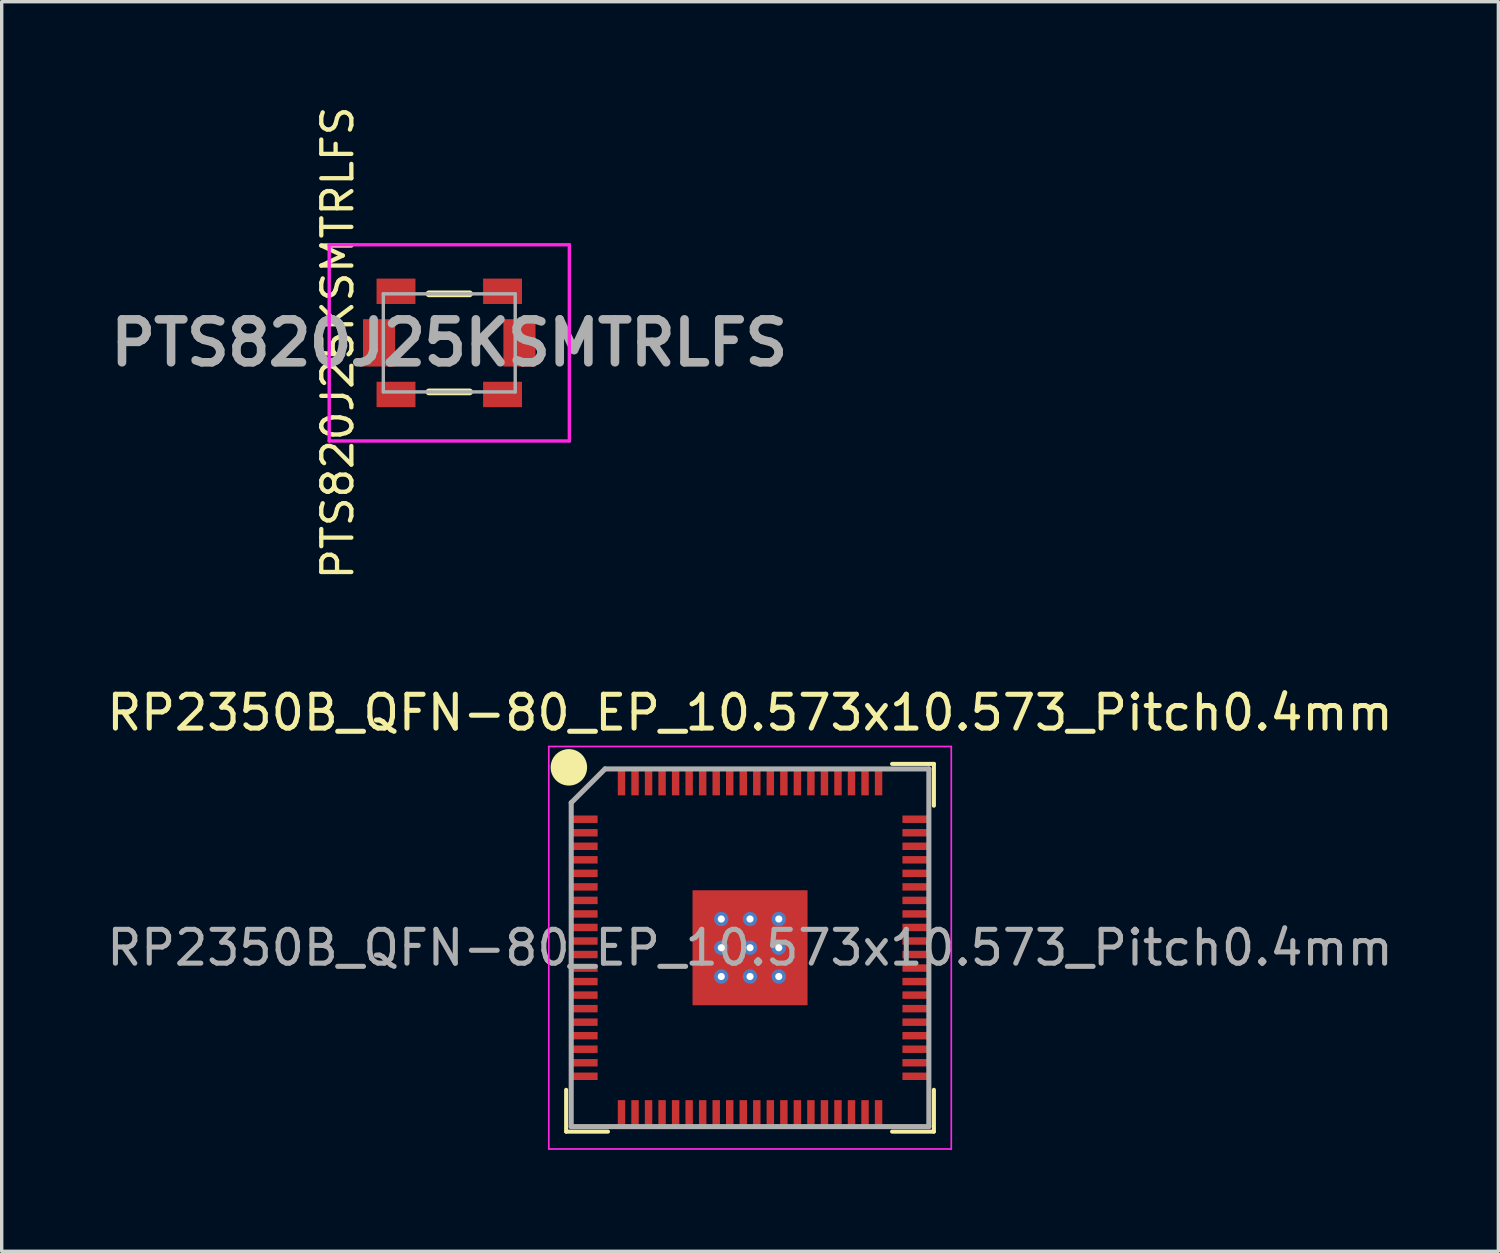
<source format=kicad_pcb>
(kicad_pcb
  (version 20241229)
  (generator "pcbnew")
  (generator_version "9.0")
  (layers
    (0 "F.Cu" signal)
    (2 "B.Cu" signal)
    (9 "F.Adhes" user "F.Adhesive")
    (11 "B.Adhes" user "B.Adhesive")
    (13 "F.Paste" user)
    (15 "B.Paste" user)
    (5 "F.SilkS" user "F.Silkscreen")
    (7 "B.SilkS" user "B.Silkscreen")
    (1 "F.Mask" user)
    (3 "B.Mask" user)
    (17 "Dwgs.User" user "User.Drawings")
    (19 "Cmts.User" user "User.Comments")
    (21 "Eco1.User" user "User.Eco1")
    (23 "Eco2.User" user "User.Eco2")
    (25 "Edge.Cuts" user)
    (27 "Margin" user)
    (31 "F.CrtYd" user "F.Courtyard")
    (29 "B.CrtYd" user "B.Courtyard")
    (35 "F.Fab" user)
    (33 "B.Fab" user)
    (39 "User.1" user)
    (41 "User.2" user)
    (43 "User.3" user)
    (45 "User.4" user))
  (footprint "RP2350B_QFN-80_EP_10.573x10.573_Pitch0.4mm"
    (layer "F.Cu")
    (at 19.125 24.971)
    (property "Reference" "RP2350B_QFN-80_EP_10.573x10.573_Pitch0.4mm" (at 0 -6.95 0) (layer "F.SilkS") (effects (font (size 1 1) (thickness 0.15))))
    (attr smd)
    (fp_line (start -5.436 5.436) (end -5.436 4.2) (stroke (width 0.12) (type default)) (layer "F.SilkS"))
    (fp_line (start -4.2 5.436) (end -5.436 5.436) (stroke (width 0.12) (type default)) (layer "F.SilkS"))
    (fp_line (start 4.2 -5.436) (end 5.436 -5.436) (stroke (width 0.12) (type default)) (layer "F.SilkS"))
    (fp_line (start 4.2 5.436) (end 5.436 5.436) (stroke (width 0.12) (type default)) (layer "F.SilkS"))
    (fp_line (start 5.436 -5.436) (end 5.436 -4.2) (stroke (width 0.12) (type default)) (layer "F.SilkS"))
    (fp_line (start 5.436 5.436) (end 5.436 4.2) (stroke (width 0.12) (type default)) (layer "F.SilkS"))
    (fp_circle (center -5.356 -5.334) (end -4.877 -5.334) (stroke (width 0.12) (type solid)) (fill yes) (layer "F.SilkS"))
    (fp_line (start -5.95 -5.95) (end 5.95 -5.95) (stroke (width 0.05) (type default)) (layer "F.CrtYd"))
    (fp_line (start -5.95 5.95) (end -5.95 -5.95) (stroke (width 0.05) (type default)) (layer "F.CrtYd"))
    (fp_line (start 5.95 -5.95) (end 5.95 5.95) (stroke (width 0.05) (type default)) (layer "F.CrtYd"))
    (fp_line (start 5.95 5.95) (end -5.95 5.95) (stroke (width 0.05) (type default)) (layer "F.CrtYd"))
    (fp_line (start -5.287 -4.287) (end -5.287 5.287) (stroke (width 0.15) (type default)) (layer "F.Fab"))
    (fp_line (start -5.287 5.287) (end 5.287 5.287) (stroke (width 0.15) (type default)) (layer "F.Fab"))
    (fp_line (start -4.287 -5.287) (end -5.287 -4.287) (stroke (width 0.15) (type default)) (layer "F.Fab"))
    (fp_line (start 5.287 -5.287) (end -4.287 -5.287) (stroke (width 0.15) (type default)) (layer "F.Fab"))
    (fp_line (start 5.287 5.287) (end 5.287 -5.287) (stroke (width 0.15) (type default)) (layer "F.Fab"))
    (fp_text user "${REFERENCE}" (at 0 0 0) (layer "F.Fab") (effects (font (size 1 1) (thickness 0.15))))
    (pad "" smd rect (at -1.275 -1.275) (size 0.1 0.1) (layers "F.Paste"))
    (pad "" smd rect (at -1.275 -0.425) (size 0.1 0.1) (layers "F.Paste"))
    (pad "" smd rect (at -1.275 0.425) (size 0.1 0.1) (layers "F.Paste"))
    (pad "" smd rect (at -1.275 1.275) (size 0.1 0.1) (layers "F.Paste"))
    (pad "" smd rect (at -0.425 -1.275) (size 0.1 0.1) (layers "F.Paste"))
    (pad "" smd rect (at -0.425 -0.425) (size 0.1 0.1) (layers "F.Paste"))
    (pad "" smd rect (at -0.425 0.425) (size 0.1 0.1) (layers "F.Paste"))
    (pad "" smd rect (at -0.425 1.275) (size 0.1 0.1) (layers "F.Paste"))
    (pad "" smd rect (at 0.425 -1.275) (size 0.1 0.1) (layers "F.Paste"))
    (pad "" smd rect (at 0.425 -0.425) (size 0.1 0.1) (layers "F.Paste"))
    (pad "" smd rect (at 0.425 0.425) (size 0.1 0.1) (layers "F.Paste"))
    (pad "" smd rect (at 0.425 1.275) (size 0.1 0.1) (layers "F.Paste"))
    (pad "" smd rect (at 1.275 -1.275) (size 0.1 0.1) (layers "F.Paste"))
    (pad "" smd rect (at 1.275 -0.425) (size 0.1 0.1) (layers "F.Paste"))
    (pad "" smd rect (at 1.275 0.425) (size 0.1 0.1) (layers "F.Paste"))
    (pad "" smd rect (at 1.275 1.275) (size 0.1 0.1) (layers "F.Paste"))
    (pad "1" smd rect (at -4.896 -3.8 90) (size 0.22 0.78) (layers "F.Cu" "F.Mask" "F.Paste"))
    (pad "2" smd rect (at -4.896 -3.4 90) (size 0.22 0.78) (layers "F.Cu" "F.Mask" "F.Paste"))
    (pad "3" smd rect (at -4.896 -3 90) (size 0.22 0.78) (layers "F.Cu" "F.Mask" "F.Paste"))
    (pad "4" smd rect (at -4.896 -2.6 90) (size 0.22 0.78) (layers "F.Cu" "F.Mask" "F.Paste"))
    (pad "5" smd rect (at -4.896 -2.2 90) (size 0.22 0.78) (layers "F.Cu" "F.Mask" "F.Paste"))
    (pad "6" smd rect (at -4.896 -1.8 90) (size 0.22 0.78) (layers "F.Cu" "F.Mask" "F.Paste"))
    (pad "7" smd rect (at -4.896 -1.4 90) (size 0.22 0.78) (layers "F.Cu" "F.Mask" "F.Paste"))
    (pad "8" smd rect (at -4.896 -1 90) (size 0.22 0.78) (layers "F.Cu" "F.Mask" "F.Paste"))
    (pad "9" smd rect (at -4.896 -0.6 90) (size 0.22 0.78) (layers "F.Cu" "F.Mask" "F.Paste"))
    (pad "10" smd rect (at -4.896 -0.2 90) (size 0.22 0.78) (layers "F.Cu" "F.Mask" "F.Paste"))
    (pad "11" smd rect (at -4.896 0.2 90) (size 0.22 0.78) (layers "F.Cu" "F.Mask" "F.Paste"))
    (pad "12" smd rect (at -4.896 0.6 90) (size 0.22 0.78) (layers "F.Cu" "F.Mask" "F.Paste"))
    (pad "13" smd rect (at -4.896 1 90) (size 0.22 0.78) (layers "F.Cu" "F.Mask" "F.Paste"))
    (pad "14" smd rect (at -4.896 1.4 90) (size 0.22 0.78) (layers "F.Cu" "F.Mask" "F.Paste"))
    (pad "15" smd rect (at -4.896 1.8 90) (size 0.22 0.78) (layers "F.Cu" "F.Mask" "F.Paste"))
    (pad "16" smd rect (at -4.896 2.2 90) (size 0.22 0.78) (layers "F.Cu" "F.Mask" "F.Paste"))
    (pad "17" smd rect (at -4.896 2.6 90) (size 0.22 0.78) (layers "F.Cu" "F.Mask" "F.Paste"))
    (pad "18" smd rect (at -4.896 3 90) (size 0.22 0.78) (layers "F.Cu" "F.Mask" "F.Paste"))
    (pad "19" smd rect (at -4.896 3.4 90) (size 0.22 0.78) (layers "F.Cu" "F.Mask" "F.Paste"))
    (pad "20" smd rect (at -4.896 3.8 90) (size 0.22 0.78) (layers "F.Cu" "F.Mask" "F.Paste"))
    (pad "21" smd rect (at -3.8 4.896) (size 0.22 0.78) (layers "F.Cu" "F.Mask" "F.Paste"))
    (pad "22" smd rect (at -3.4 4.896) (size 0.22 0.78) (layers "F.Cu" "F.Mask" "F.Paste"))
    (pad "23" smd rect (at -3 4.896) (size 0.22 0.78) (layers "F.Cu" "F.Mask" "F.Paste"))
    (pad "24" smd rect (at -2.6 4.896) (size 0.22 0.78) (layers "F.Cu" "F.Mask" "F.Paste"))
    (pad "25" smd rect (at -2.2 4.896) (size 0.22 0.78) (layers "F.Cu" "F.Mask" "F.Paste"))
    (pad "26" smd rect (at -1.8 4.896) (size 0.22 0.78) (layers "F.Cu" "F.Mask" "F.Paste"))
    (pad "27" smd rect (at -1.4 4.896) (size 0.22 0.78) (layers "F.Cu" "F.Mask" "F.Paste"))
    (pad "28" smd rect (at -1 4.896) (size 0.22 0.78) (layers "F.Cu" "F.Mask" "F.Paste"))
    (pad "29" smd rect (at -0.6 4.896) (size 0.22 0.78) (layers "F.Cu" "F.Mask" "F.Paste"))
    (pad "30" smd rect (at -0.2 4.896) (size 0.22 0.78) (layers "F.Cu" "F.Mask" "F.Paste"))
    (pad "31" smd rect (at 0.2 4.896) (size 0.22 0.78) (layers "F.Cu" "F.Mask" "F.Paste"))
    (pad "32" smd rect (at 0.6 4.896) (size 0.22 0.78) (layers "F.Cu" "F.Mask" "F.Paste"))
    (pad "33" smd rect (at 1 4.896) (size 0.22 0.78) (layers "F.Cu" "F.Mask" "F.Paste"))
    (pad "34" smd rect (at 1.4 4.896) (size 0.22 0.78) (layers "F.Cu" "F.Mask" "F.Paste"))
    (pad "35" smd rect (at 1.8 4.896) (size 0.22 0.78) (layers "F.Cu" "F.Mask" "F.Paste"))
    (pad "36" smd rect (at 2.2 4.896) (size 0.22 0.78) (layers "F.Cu" "F.Mask" "F.Paste"))
    (pad "37" smd rect (at 2.6 4.896) (size 0.22 0.78) (layers "F.Cu" "F.Mask" "F.Paste"))
    (pad "38" smd rect (at 3 4.896) (size 0.22 0.78) (layers "F.Cu" "F.Mask" "F.Paste"))
    (pad "39" smd rect (at 3.4 4.896) (size 0.22 0.78) (layers "F.Cu" "F.Mask" "F.Paste"))
    (pad "40" smd rect (at 3.8 4.896) (size 0.22 0.78) (layers "F.Cu" "F.Mask" "F.Paste"))
    (pad "41" smd rect (at 4.896 3.8 90) (size 0.22 0.78) (layers "F.Cu" "F.Mask" "F.Paste"))
    (pad "42" smd rect (at 4.896 3.4 90) (size 0.22 0.78) (layers "F.Cu" "F.Mask" "F.Paste"))
    (pad "43" smd rect (at 4.896 3 90) (size 0.22 0.78) (layers "F.Cu" "F.Mask" "F.Paste"))
    (pad "44" smd rect (at 4.896 2.6 90) (size 0.22 0.78) (layers "F.Cu" "F.Mask" "F.Paste"))
    (pad "45" smd rect (at 4.896 2.2 90) (size 0.22 0.78) (layers "F.Cu" "F.Mask" "F.Paste"))
    (pad "46" smd rect (at 4.896 1.8 90) (size 0.22 0.78) (layers "F.Cu" "F.Mask" "F.Paste"))
    (pad "47" smd rect (at 4.896 1.4 90) (size 0.22 0.78) (layers "F.Cu" "F.Mask" "F.Paste"))
    (pad "48" smd rect (at 4.896 1 90) (size 0.22 0.78) (layers "F.Cu" "F.Mask" "F.Paste"))
    (pad "49" smd rect (at 4.896 0.6 90) (size 0.22 0.78) (layers "F.Cu" "F.Mask" "F.Paste"))
    (pad "50" smd rect (at 4.896 0.2 90) (size 0.22 0.78) (layers "F.Cu" "F.Mask" "F.Paste"))
    (pad "51" smd rect (at 4.896 -0.2 90) (size 0.22 0.78) (layers "F.Cu" "F.Mask" "F.Paste"))
    (pad "52" smd rect (at 4.896 -0.6 90) (size 0.22 0.78) (layers "F.Cu" "F.Mask" "F.Paste"))
    (pad "53" smd rect (at 4.896 -1 90) (size 0.22 0.78) (layers "F.Cu" "F.Mask" "F.Paste"))
    (pad "54" smd rect (at 4.896 -1.4 90) (size 0.22 0.78) (layers "F.Cu" "F.Mask" "F.Paste"))
    (pad "55" smd rect (at 4.896 -1.8 90) (size 0.22 0.78) (layers "F.Cu" "F.Mask" "F.Paste"))
    (pad "56" smd rect (at 4.896 -2.2 90) (size 0.22 0.78) (layers "F.Cu" "F.Mask" "F.Paste"))
    (pad "57" smd rect (at 4.896 -2.6 90) (size 0.22 0.78) (layers "F.Cu" "F.Mask" "F.Paste"))
    (pad "58" smd rect (at 4.896 -3 90) (size 0.22 0.78) (layers "F.Cu" "F.Mask" "F.Paste"))
    (pad "59" smd rect (at 4.896 -3.4 90) (size 0.22 0.78) (layers "F.Cu" "F.Mask" "F.Paste"))
    (pad "60" smd rect (at 4.896 -3.8 90) (size 0.22 0.78) (layers "F.Cu" "F.Mask" "F.Paste"))
    (pad "61" smd rect (at 3.8 -4.896) (size 0.22 0.78) (layers "F.Cu" "F.Mask" "F.Paste"))
    (pad "62" smd rect (at 3.4 -4.896) (size 0.22 0.78) (layers "F.Cu" "F.Mask" "F.Paste"))
    (pad "63" smd rect (at 3 -4.896) (size 0.22 0.78) (layers "F.Cu" "F.Mask" "F.Paste"))
    (pad "64" smd rect (at 2.6 -4.896) (size 0.22 0.78) (layers "F.Cu" "F.Mask" "F.Paste"))
    (pad "65" smd rect (at 2.2 -4.896) (size 0.22 0.78) (layers "F.Cu" "F.Mask" "F.Paste"))
    (pad "66" smd rect (at 1.8 -4.896) (size 0.22 0.78) (layers "F.Cu" "F.Mask" "F.Paste"))
    (pad "67" smd rect (at 1.4 -4.896) (size 0.22 0.78) (layers "F.Cu" "F.Mask" "F.Paste"))
    (pad "68" smd rect (at 1 -4.896) (size 0.22 0.78) (layers "F.Cu" "F.Mask" "F.Paste"))
    (pad "69" smd rect (at 0.6 -4.896) (size 0.22 0.78) (layers "F.Cu" "F.Mask" "F.Paste"))
    (pad "70" smd rect (at 0.2 -4.896) (size 0.22 0.78) (layers "F.Cu" "F.Mask" "F.Paste"))
    (pad "71" smd rect (at -0.2 -4.896) (size 0.22 0.78) (layers "F.Cu" "F.Mask" "F.Paste"))
    (pad "72" smd rect (at -0.6 -4.896) (size 0.22 0.78) (layers "F.Cu" "F.Mask" "F.Paste"))
    (pad "73" smd rect (at -1 -4.896) (size 0.22 0.78) (layers "F.Cu" "F.Mask" "F.Paste"))
    (pad "74" smd rect (at -1.4 -4.896) (size 0.22 0.78) (layers "F.Cu" "F.Mask" "F.Paste"))
    (pad "75" smd rect (at -1.8 -4.896) (size 0.22 0.78) (layers "F.Cu" "F.Mask" "F.Paste"))
    (pad "76" smd rect (at -2.2 -4.896) (size 0.22 0.78) (layers "F.Cu" "F.Mask" "F.Paste"))
    (pad "77" smd rect (at -2.6 -4.896) (size 0.22 0.78) (layers "F.Cu" "F.Mask" "F.Paste"))
    (pad "78" smd rect (at -3 -4.896) (size 0.22 0.78) (layers "F.Cu" "F.Mask" "F.Paste"))
    (pad "79" smd rect (at -3.4 -4.896) (size 0.22 0.78) (layers "F.Cu" "F.Mask" "F.Paste"))
    (pad "80" smd rect (at -3.8 -4.896) (size 0.22 0.78) (layers "F.Cu" "F.Mask" "F.Paste"))
    (pad "81" thru_hole circle (at -0.85 -0.85) (size 0.425 0.425) (drill 0.212) (property pad_prop_heatsink) (layers "*.Cu" "*.Mask"))
    (pad "81" thru_hole circle (at -0.85 0) (size 0.425 0.425) (drill 0.212) (property pad_prop_heatsink) (layers "*.Cu" "*.Mask"))
    (pad "81" thru_hole circle (at -0.85 0.85) (size 0.425 0.425) (drill 0.212) (property pad_prop_heatsink) (layers "*.Cu" "*.Mask"))
    (pad "81" thru_hole circle (at 0 -0.85) (size 0.425 0.425) (drill 0.212) (property pad_prop_heatsink) (layers "*.Cu" "*.Mask"))
    (pad "81" thru_hole circle (at 0 0) (size 0.425 0.425) (drill 0.212) (property pad_prop_heatsink) (layers "*.Cu" "*.Mask"))
    (pad "81" smd rect (at 0 0) (size 3.4 3.4) (layers "F.Cu" "F.Mask"))
    (pad "81" thru_hole circle (at 0 0.85) (size 0.425 0.425) (drill 0.212) (property pad_prop_heatsink) (layers "*.Cu" "*.Mask"))
    (pad "81" thru_hole circle (at 0.85 -0.85) (size 0.425 0.425) (drill 0.212) (property pad_prop_heatsink) (layers "*.Cu" "*.Mask"))
    (pad "81" thru_hole circle (at 0.85 0) (size 0.425 0.425) (drill 0.212) (property pad_prop_heatsink) (layers "*.Cu" "*.Mask"))
    (pad "81" thru_hole circle (at 0.85 0.85) (size 0.425 0.425) (drill 0.212) (property pad_prop_heatsink) (layers "*.Cu" "*.Mask")))
  (footprint "PTS820J25KSMTRLFS"
    (layer "F.Cu")
    (at 10.233 7.087)
    (property "Reference" "PTS820J25KSMTRLFS" (at -3.3 0 90) (layer "F.SilkS") (effects (font (size 0.889 0.889) (thickness 0.127))))
    (attr smd)
    (fp_line (start -0.6 -1.45) (end 0.6 -1.45) (stroke (width 0.2) (type solid)) (layer "F.SilkS"))
    (fp_line (start -0.6 1.45) (end 0.6 1.45) (stroke (width 0.2) (type solid)) (layer "F.SilkS"))
    (fp_line (start -3.55 -2.9) (end 3.55 -2.9) (stroke (width 0.1) (type solid)) (layer "F.CrtYd"))
    (fp_line (start -3.55 2.9) (end -3.55 -2.9) (stroke (width 0.1) (type solid)) (layer "F.CrtYd"))
    (fp_line (start 3.55 -2.9) (end 3.55 2.9) (stroke (width 0.1) (type solid)) (layer "F.CrtYd"))
    (fp_line (start 3.55 2.9) (end -3.55 2.9) (stroke (width 0.1) (type solid)) (layer "F.CrtYd"))
    (fp_line (start -1.95 -1.45) (end 1.95 -1.45) (stroke (width 0.1) (type solid)) (layer "F.Fab"))
    (fp_line (start -1.95 1.45) (end -1.95 -1.45) (stroke (width 0.1) (type solid)) (layer "F.Fab"))
    (fp_line (start 1.95 -1.45) (end 1.95 1.45) (stroke (width 0.1) (type solid)) (layer "F.Fab"))
    (fp_line (start 1.95 1.45) (end -1.95 1.45) (stroke (width 0.1) (type solid)) (layer "F.Fab"))
    (fp_text user "${REFERENCE}" (at 0 0 0) (layer "F.Fab") (effects (font (size 1.27 1.27) (thickness 0.254))))
    (pad "1" smd rect (at -2.075 0) (size 0.95 1.4) (layers "F.Cu" "F.Mask" "F.Paste"))
    (pad "2" smd rect (at 2.075 0) (size 0.95 1.4) (layers "F.Cu" "F.Mask" "F.Paste"))
    (pad "SH1" smd rect (at -1.575 -1.525 90) (size 0.75 1.15) (layers "F.Cu" "F.Mask" "F.Paste"))
    (pad "SH1" smd rect (at -1.575 1.525 90) (size 0.75 1.15) (layers "F.Cu" "F.Mask" "F.Paste"))
    (pad "SH2" smd rect (at 1.575 -1.525 90) (size 0.75 1.15) (layers "F.Cu" "F.Mask" "F.Paste"))
    (pad "SH2" smd rect (at 1.575 1.525 90) (size 0.75 1.15) (layers "F.Cu" "F.Mask" "F.Paste")))
  (gr_rect
    (start -3 -3)
    (end 41.25 33.946)
    (stroke (width 0.1) (type default))
    (fill no)
    (layer "Edge.Cuts")))
</source>
